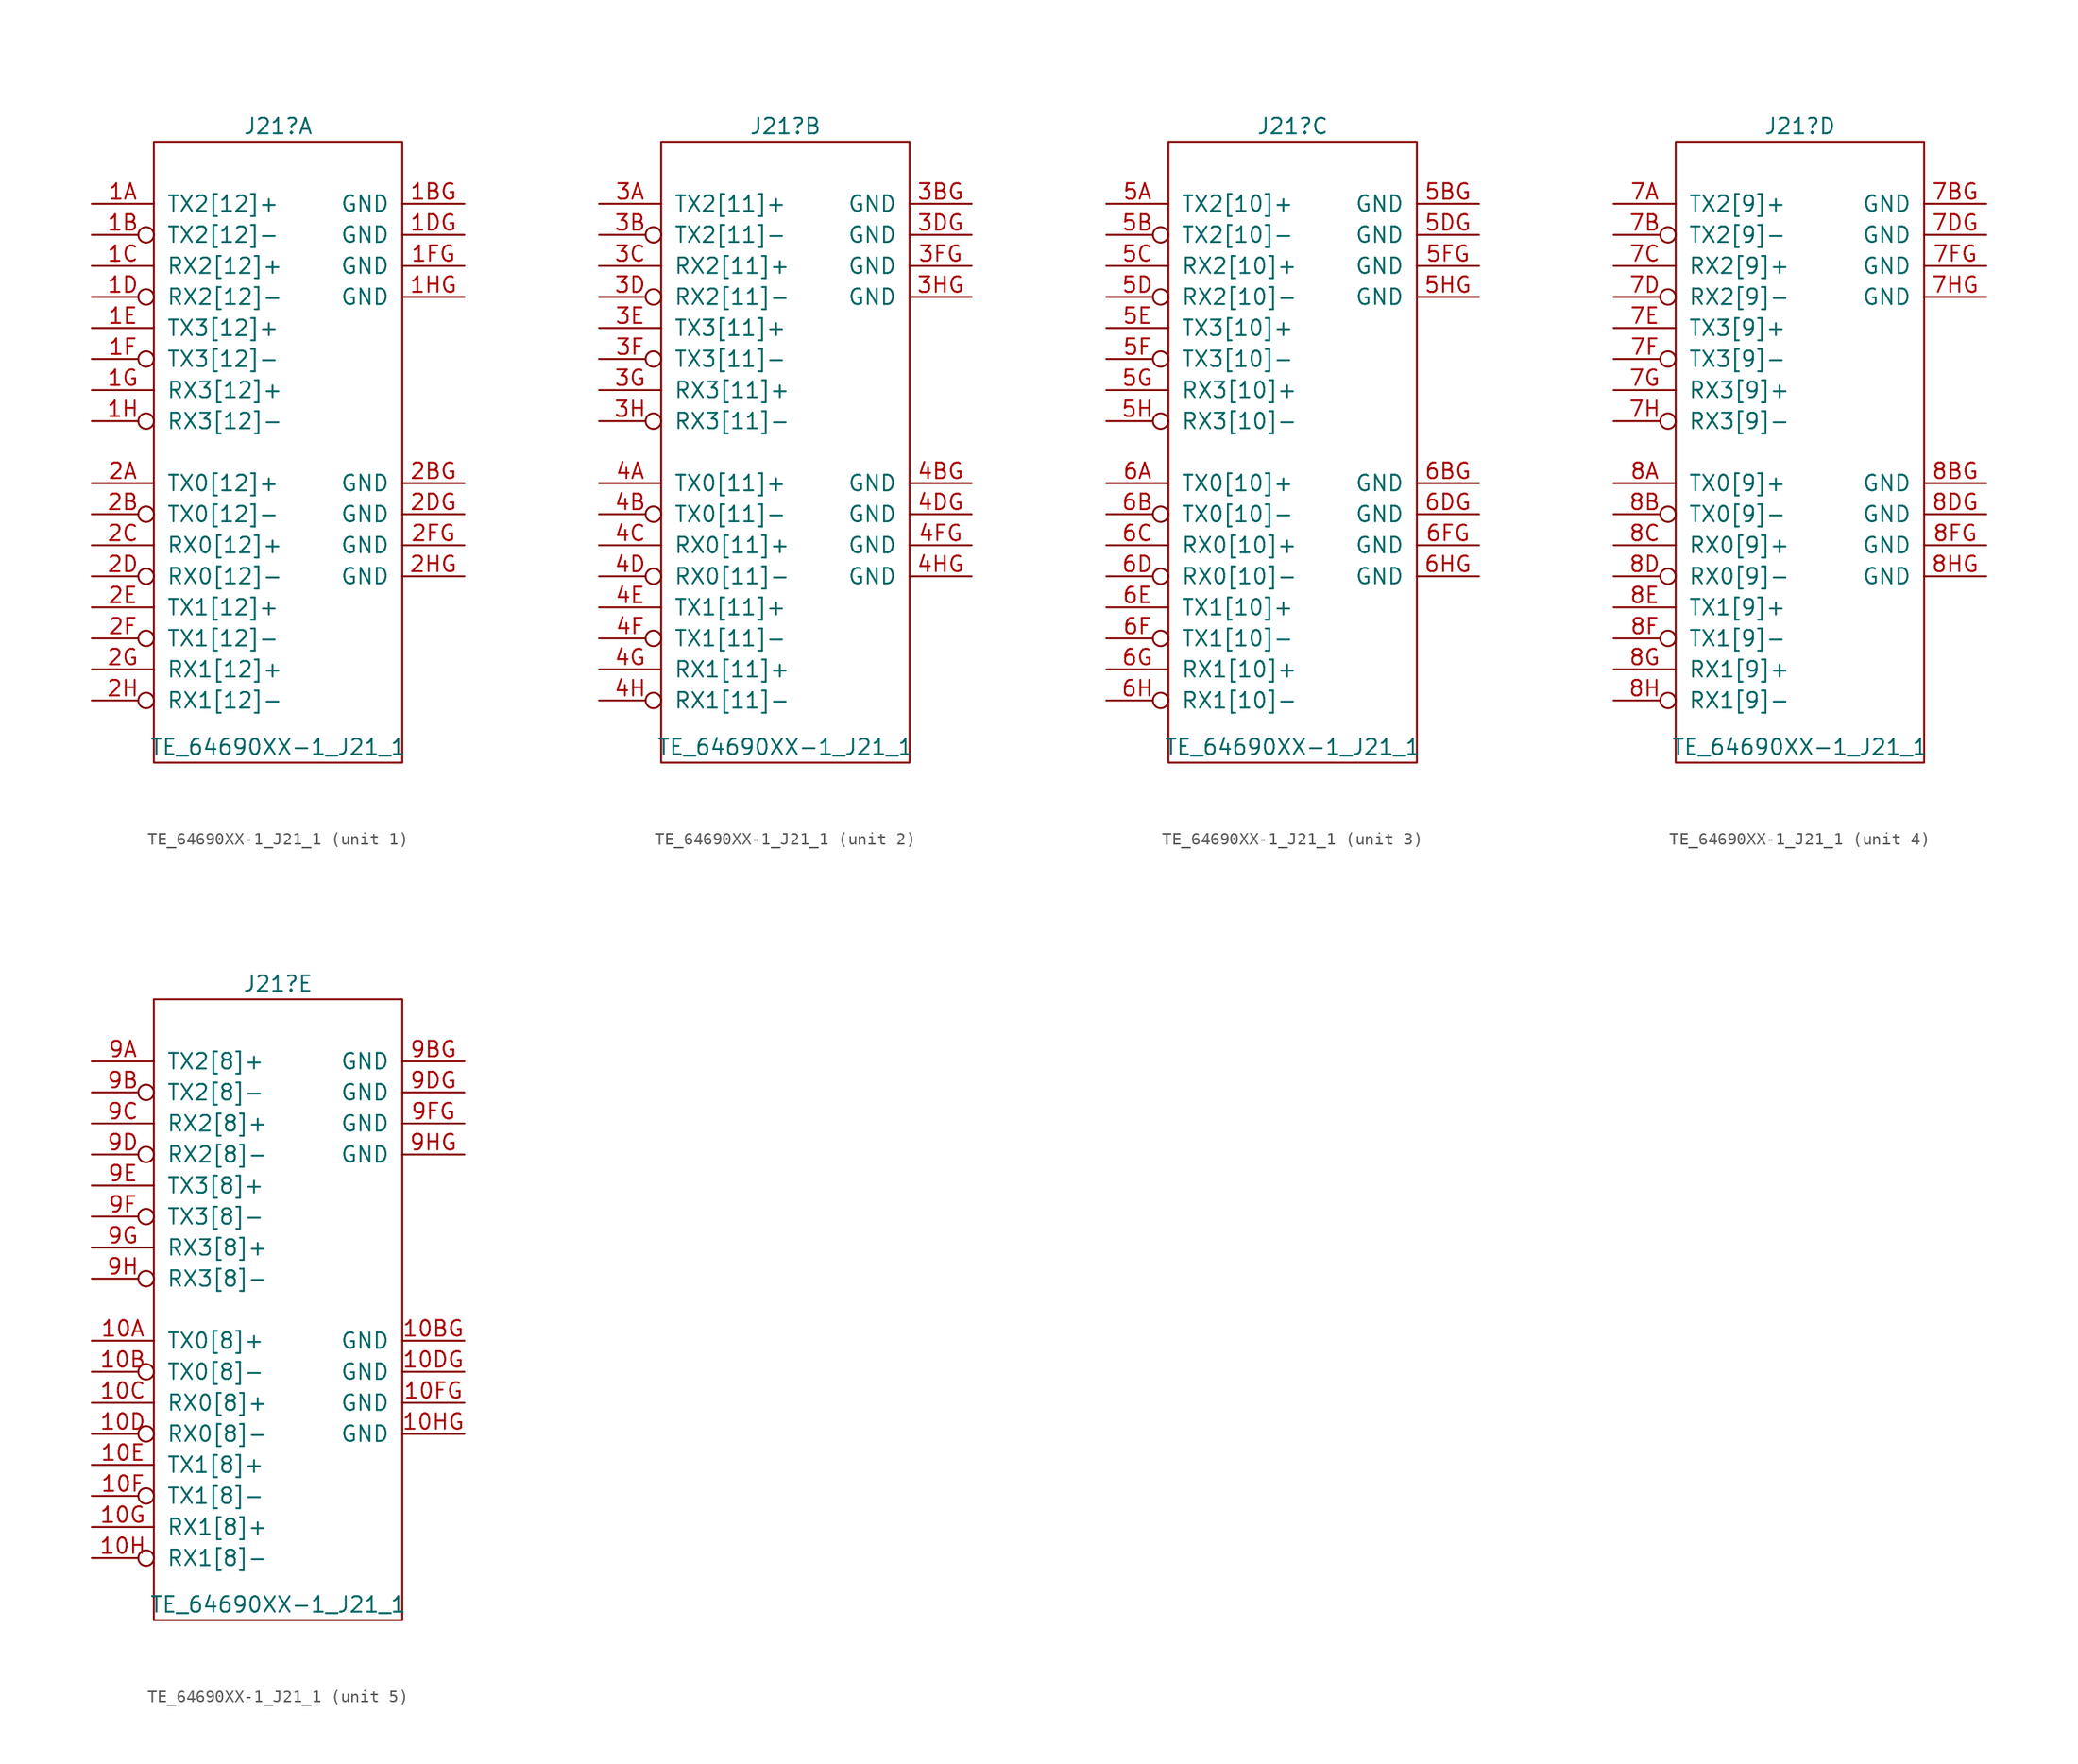
<source format=kicad_sym>
(kicad_symbol_lib
  (version 20220914)
  (generator kicad_symbol_editor)
  (symbol "TE_64690XX-1_J21_1"
    (pin_names
      (offset 1.016))
    (property "Reference" "J21"
      (at 0 26.67 0)
      (effects (font (size 1.27 1.27))))
    (property "Value" "TE_64690XX-1_J21_1"
      (at 0 -24.13 0)
      (effects (font (size 1.27 1.27))))
    (property "ki_locked" ""
      (at 0 0 0)
      (effects (font (size 1.27 1.27))))
    (symbol "TE_64690XX-1_J21_1_1_1"
      (rectangle (start -10.16 25.4) (end 10.16 -25.4) (stroke (width 0) (type default)) (fill (type none)))
      (pin bidirectional line (at -15.24 20.32 0) (length 5.08) (name "TX2[12]+" (effects (font (size 1.27 1.27)))) (number "1A" (effects (font (size 1.27 1.27)))))
      (pin bidirectional inverted (at -15.24 17.78 0) (length 5.08) (name "TX2[12]-" (effects (font (size 1.27 1.27)))) (number "1B" (effects (font (size 1.27 1.27)))))
      (pin passive line (at 15.24 20.32 180) (length 5.08) (name "GND" (effects (font (size 1.27 1.27)))) (number "1BG" (effects (font (size 1.27 1.27)))))
      (pin bidirectional line (at -15.24 15.24 0) (length 5.08) (name "RX2[12]+" (effects (font (size 1.27 1.27)))) (number "1C" (effects (font (size 1.27 1.27)))))
      (pin bidirectional inverted (at -15.24 12.7 0) (length 5.08) (name "RX2[12]-" (effects (font (size 1.27 1.27)))) (number "1D" (effects (font (size 1.27 1.27)))))
      (pin passive line (at 15.24 17.78 180) (length 5.08) (name "GND" (effects (font (size 1.27 1.27)))) (number "1DG" (effects (font (size 1.27 1.27)))))
      (pin bidirectional line (at -15.24 10.16 0) (length 5.08) (name "TX3[12]+" (effects (font (size 1.27 1.27)))) (number "1E" (effects (font (size 1.27 1.27)))))
      (pin bidirectional inverted (at -15.24 7.62 0) (length 5.08) (name "TX3[12]-" (effects (font (size 1.27 1.27)))) (number "1F" (effects (font (size 1.27 1.27)))))
      (pin passive line (at 15.24 15.24 180) (length 5.08) (name "GND" (effects (font (size 1.27 1.27)))) (number "1FG" (effects (font (size 1.27 1.27)))))
      (pin bidirectional line (at -15.24 5.08 0) (length 5.08) (name "RX3[12]+" (effects (font (size 1.27 1.27)))) (number "1G" (effects (font (size 1.27 1.27)))))
      (pin bidirectional inverted (at -15.24 2.54 0) (length 5.08) (name "RX3[12]-" (effects (font (size 1.27 1.27)))) (number "1H" (effects (font (size 1.27 1.27)))))
      (pin passive line (at 15.24 12.7 180) (length 5.08) (name "GND" (effects (font (size 1.27 1.27)))) (number "1HG" (effects (font (size 1.27 1.27)))))
      (pin bidirectional line (at -15.24 -2.54 0) (length 5.08) (name "TX0[12]+" (effects (font (size 1.27 1.27)))) (number "2A" (effects (font (size 1.27 1.27)))))
      (pin bidirectional inverted (at -15.24 -5.08 0) (length 5.08) (name "TX0[12]-" (effects (font (size 1.27 1.27)))) (number "2B" (effects (font (size 1.27 1.27)))))
      (pin passive line (at 15.24 -2.54 180) (length 5.08) (name "GND" (effects (font (size 1.27 1.27)))) (number "2BG" (effects (font (size 1.27 1.27)))))
      (pin bidirectional line (at -15.24 -7.62 0) (length 5.08) (name "RX0[12]+" (effects (font (size 1.27 1.27)))) (number "2C" (effects (font (size 1.27 1.27)))))
      (pin bidirectional inverted (at -15.24 -10.16 0) (length 5.08) (name "RX0[12]-" (effects (font (size 1.27 1.27)))) (number "2D" (effects (font (size 1.27 1.27)))))
      (pin passive line (at 15.24 -5.08 180) (length 5.08) (name "GND" (effects (font (size 1.27 1.27)))) (number "2DG" (effects (font (size 1.27 1.27)))))
      (pin bidirectional line (at -15.24 -12.7 0) (length 5.08) (name "TX1[12]+" (effects (font (size 1.27 1.27)))) (number "2E" (effects (font (size 1.27 1.27)))))
      (pin bidirectional inverted (at -15.24 -15.24 0) (length 5.08) (name "TX1[12]-" (effects (font (size 1.27 1.27)))) (number "2F" (effects (font (size 1.27 1.27)))))
      (pin passive line (at 15.24 -7.62 180) (length 5.08) (name "GND" (effects (font (size 1.27 1.27)))) (number "2FG" (effects (font (size 1.27 1.27)))))
      (pin bidirectional line (at -15.24 -17.78 0) (length 5.08) (name "RX1[12]+" (effects (font (size 1.27 1.27)))) (number "2G" (effects (font (size 1.27 1.27)))))
      (pin bidirectional inverted (at -15.24 -20.32 0) (length 5.08) (name "RX1[12]-" (effects (font (size 1.27 1.27)))) (number "2H" (effects (font (size 1.27 1.27)))))
      (pin passive line (at 15.24 -10.16 180) (length 5.08) (name "GND" (effects (font (size 1.27 1.27)))) (number "2HG" (effects (font (size 1.27 1.27))))))
    (symbol "TE_64690XX-1_J21_1_2_1"
      (rectangle (start -10.16 25.4) (end 10.16 -25.4) (stroke (width 0) (type default)) (fill (type none)))
      (pin bidirectional line (at -15.24 20.32 0) (length 5.08) (name "TX2[11]+" (effects (font (size 1.27 1.27)))) (number "3A" (effects (font (size 1.27 1.27)))))
      (pin bidirectional inverted (at -15.24 17.78 0) (length 5.08) (name "TX2[11]-" (effects (font (size 1.27 1.27)))) (number "3B" (effects (font (size 1.27 1.27)))))
      (pin passive line (at 15.24 20.32 180) (length 5.08) (name "GND" (effects (font (size 1.27 1.27)))) (number "3BG" (effects (font (size 1.27 1.27)))))
      (pin bidirectional line (at -15.24 15.24 0) (length 5.08) (name "RX2[11]+" (effects (font (size 1.27 1.27)))) (number "3C" (effects (font (size 1.27 1.27)))))
      (pin bidirectional inverted (at -15.24 12.7 0) (length 5.08) (name "RX2[11]-" (effects (font (size 1.27 1.27)))) (number "3D" (effects (font (size 1.27 1.27)))))
      (pin passive line (at 15.24 17.78 180) (length 5.08) (name "GND" (effects (font (size 1.27 1.27)))) (number "3DG" (effects (font (size 1.27 1.27)))))
      (pin bidirectional line (at -15.24 10.16 0) (length 5.08) (name "TX3[11]+" (effects (font (size 1.27 1.27)))) (number "3E" (effects (font (size 1.27 1.27)))))
      (pin bidirectional inverted (at -15.24 7.62 0) (length 5.08) (name "TX3[11]-" (effects (font (size 1.27 1.27)))) (number "3F" (effects (font (size 1.27 1.27)))))
      (pin passive line (at 15.24 15.24 180) (length 5.08) (name "GND" (effects (font (size 1.27 1.27)))) (number "3FG" (effects (font (size 1.27 1.27)))))
      (pin bidirectional line (at -15.24 5.08 0) (length 5.08) (name "RX3[11]+" (effects (font (size 1.27 1.27)))) (number "3G" (effects (font (size 1.27 1.27)))))
      (pin bidirectional inverted (at -15.24 2.54 0) (length 5.08) (name "RX3[11]-" (effects (font (size 1.27 1.27)))) (number "3H" (effects (font (size 1.27 1.27)))))
      (pin passive line (at 15.24 12.7 180) (length 5.08) (name "GND" (effects (font (size 1.27 1.27)))) (number "3HG" (effects (font (size 1.27 1.27)))))
      (pin bidirectional line (at -15.24 -2.54 0) (length 5.08) (name "TX0[11]+" (effects (font (size 1.27 1.27)))) (number "4A" (effects (font (size 1.27 1.27)))))
      (pin bidirectional inverted (at -15.24 -5.08 0) (length 5.08) (name "TX0[11]-" (effects (font (size 1.27 1.27)))) (number "4B" (effects (font (size 1.27 1.27)))))
      (pin passive line (at 15.24 -2.54 180) (length 5.08) (name "GND" (effects (font (size 1.27 1.27)))) (number "4BG" (effects (font (size 1.27 1.27)))))
      (pin bidirectional line (at -15.24 -7.62 0) (length 5.08) (name "RX0[11]+" (effects (font (size 1.27 1.27)))) (number "4C" (effects (font (size 1.27 1.27)))))
      (pin bidirectional inverted (at -15.24 -10.16 0) (length 5.08) (name "RX0[11]-" (effects (font (size 1.27 1.27)))) (number "4D" (effects (font (size 1.27 1.27)))))
      (pin passive line (at 15.24 -5.08 180) (length 5.08) (name "GND" (effects (font (size 1.27 1.27)))) (number "4DG" (effects (font (size 1.27 1.27)))))
      (pin bidirectional line (at -15.24 -12.7 0) (length 5.08) (name "TX1[11]+" (effects (font (size 1.27 1.27)))) (number "4E" (effects (font (size 1.27 1.27)))))
      (pin bidirectional inverted (at -15.24 -15.24 0) (length 5.08) (name "TX1[11]-" (effects (font (size 1.27 1.27)))) (number "4F" (effects (font (size 1.27 1.27)))))
      (pin passive line (at 15.24 -7.62 180) (length 5.08) (name "GND" (effects (font (size 1.27 1.27)))) (number "4FG" (effects (font (size 1.27 1.27)))))
      (pin bidirectional line (at -15.24 -17.78 0) (length 5.08) (name "RX1[11]+" (effects (font (size 1.27 1.27)))) (number "4G" (effects (font (size 1.27 1.27)))))
      (pin bidirectional inverted (at -15.24 -20.32 0) (length 5.08) (name "RX1[11]-" (effects (font (size 1.27 1.27)))) (number "4H" (effects (font (size 1.27 1.27)))))
      (pin passive line (at 15.24 -10.16 180) (length 5.08) (name "GND" (effects (font (size 1.27 1.27)))) (number "4HG" (effects (font (size 1.27 1.27))))))
    (symbol "TE_64690XX-1_J21_1_3_1"
      (rectangle (start -10.16 25.4) (end 10.16 -25.4) (stroke (width 0) (type default)) (fill (type none)))
      (pin bidirectional line (at -15.24 20.32 0) (length 5.08) (name "TX2[10]+" (effects (font (size 1.27 1.27)))) (number "5A" (effects (font (size 1.27 1.27)))))
      (pin bidirectional inverted (at -15.24 17.78 0) (length 5.08) (name "TX2[10]-" (effects (font (size 1.27 1.27)))) (number "5B" (effects (font (size 1.27 1.27)))))
      (pin passive line (at 15.24 20.32 180) (length 5.08) (name "GND" (effects (font (size 1.27 1.27)))) (number "5BG" (effects (font (size 1.27 1.27)))))
      (pin bidirectional line (at -15.24 15.24 0) (length 5.08) (name "RX2[10]+" (effects (font (size 1.27 1.27)))) (number "5C" (effects (font (size 1.27 1.27)))))
      (pin bidirectional inverted (at -15.24 12.7 0) (length 5.08) (name "RX2[10]-" (effects (font (size 1.27 1.27)))) (number "5D" (effects (font (size 1.27 1.27)))))
      (pin passive line (at 15.24 17.78 180) (length 5.08) (name "GND" (effects (font (size 1.27 1.27)))) (number "5DG" (effects (font (size 1.27 1.27)))))
      (pin bidirectional line (at -15.24 10.16 0) (length 5.08) (name "TX3[10]+" (effects (font (size 1.27 1.27)))) (number "5E" (effects (font (size 1.27 1.27)))))
      (pin bidirectional inverted (at -15.24 7.62 0) (length 5.08) (name "TX3[10]-" (effects (font (size 1.27 1.27)))) (number "5F" (effects (font (size 1.27 1.27)))))
      (pin passive line (at 15.24 15.24 180) (length 5.08) (name "GND" (effects (font (size 1.27 1.27)))) (number "5FG" (effects (font (size 1.27 1.27)))))
      (pin bidirectional line (at -15.24 5.08 0) (length 5.08) (name "RX3[10]+" (effects (font (size 1.27 1.27)))) (number "5G" (effects (font (size 1.27 1.27)))))
      (pin bidirectional inverted (at -15.24 2.54 0) (length 5.08) (name "RX3[10]-" (effects (font (size 1.27 1.27)))) (number "5H" (effects (font (size 1.27 1.27)))))
      (pin passive line (at 15.24 12.7 180) (length 5.08) (name "GND" (effects (font (size 1.27 1.27)))) (number "5HG" (effects (font (size 1.27 1.27)))))
      (pin bidirectional line (at -15.24 -2.54 0) (length 5.08) (name "TX0[10]+" (effects (font (size 1.27 1.27)))) (number "6A" (effects (font (size 1.27 1.27)))))
      (pin bidirectional inverted (at -15.24 -5.08 0) (length 5.08) (name "TX0[10]-" (effects (font (size 1.27 1.27)))) (number "6B" (effects (font (size 1.27 1.27)))))
      (pin passive line (at 15.24 -2.54 180) (length 5.08) (name "GND" (effects (font (size 1.27 1.27)))) (number "6BG" (effects (font (size 1.27 1.27)))))
      (pin bidirectional line (at -15.24 -7.62 0) (length 5.08) (name "RX0[10]+" (effects (font (size 1.27 1.27)))) (number "6C" (effects (font (size 1.27 1.27)))))
      (pin bidirectional inverted (at -15.24 -10.16 0) (length 5.08) (name "RX0[10]-" (effects (font (size 1.27 1.27)))) (number "6D" (effects (font (size 1.27 1.27)))))
      (pin passive line (at 15.24 -5.08 180) (length 5.08) (name "GND" (effects (font (size 1.27 1.27)))) (number "6DG" (effects (font (size 1.27 1.27)))))
      (pin bidirectional line (at -15.24 -12.7 0) (length 5.08) (name "TX1[10]+" (effects (font (size 1.27 1.27)))) (number "6E" (effects (font (size 1.27 1.27)))))
      (pin bidirectional inverted (at -15.24 -15.24 0) (length 5.08) (name "TX1[10]-" (effects (font (size 1.27 1.27)))) (number "6F" (effects (font (size 1.27 1.27)))))
      (pin passive line (at 15.24 -7.62 180) (length 5.08) (name "GND" (effects (font (size 1.27 1.27)))) (number "6FG" (effects (font (size 1.27 1.27)))))
      (pin bidirectional line (at -15.24 -17.78 0) (length 5.08) (name "RX1[10]+" (effects (font (size 1.27 1.27)))) (number "6G" (effects (font (size 1.27 1.27)))))
      (pin bidirectional inverted (at -15.24 -20.32 0) (length 5.08) (name "RX1[10]-" (effects (font (size 1.27 1.27)))) (number "6H" (effects (font (size 1.27 1.27)))))
      (pin passive line (at 15.24 -10.16 180) (length 5.08) (name "GND" (effects (font (size 1.27 1.27)))) (number "6HG" (effects (font (size 1.27 1.27))))))
    (symbol "TE_64690XX-1_J21_1_4_1"
      (rectangle (start -10.16 25.4) (end 10.16 -25.4) (stroke (width 0) (type default)) (fill (type none)))
      (pin bidirectional line (at -15.24 20.32 0) (length 5.08) (name "TX2[9]+" (effects (font (size 1.27 1.27)))) (number "7A" (effects (font (size 1.27 1.27)))))
      (pin bidirectional inverted (at -15.24 17.78 0) (length 5.08) (name "TX2[9]-" (effects (font (size 1.27 1.27)))) (number "7B" (effects (font (size 1.27 1.27)))))
      (pin passive line (at 15.24 20.32 180) (length 5.08) (name "GND" (effects (font (size 1.27 1.27)))) (number "7BG" (effects (font (size 1.27 1.27)))))
      (pin bidirectional line (at -15.24 15.24 0) (length 5.08) (name "RX2[9]+" (effects (font (size 1.27 1.27)))) (number "7C" (effects (font (size 1.27 1.27)))))
      (pin bidirectional inverted (at -15.24 12.7 0) (length 5.08) (name "RX2[9]-" (effects (font (size 1.27 1.27)))) (number "7D" (effects (font (size 1.27 1.27)))))
      (pin passive line (at 15.24 17.78 180) (length 5.08) (name "GND" (effects (font (size 1.27 1.27)))) (number "7DG" (effects (font (size 1.27 1.27)))))
      (pin bidirectional line (at -15.24 10.16 0) (length 5.08) (name "TX3[9]+" (effects (font (size 1.27 1.27)))) (number "7E" (effects (font (size 1.27 1.27)))))
      (pin bidirectional inverted (at -15.24 7.62 0) (length 5.08) (name "TX3[9]-" (effects (font (size 1.27 1.27)))) (number "7F" (effects (font (size 1.27 1.27)))))
      (pin passive line (at 15.24 15.24 180) (length 5.08) (name "GND" (effects (font (size 1.27 1.27)))) (number "7FG" (effects (font (size 1.27 1.27)))))
      (pin bidirectional line (at -15.24 5.08 0) (length 5.08) (name "RX3[9]+" (effects (font (size 1.27 1.27)))) (number "7G" (effects (font (size 1.27 1.27)))))
      (pin bidirectional inverted (at -15.24 2.54 0) (length 5.08) (name "RX3[9]-" (effects (font (size 1.27 1.27)))) (number "7H" (effects (font (size 1.27 1.27)))))
      (pin passive line (at 15.24 12.7 180) (length 5.08) (name "GND" (effects (font (size 1.27 1.27)))) (number "7HG" (effects (font (size 1.27 1.27)))))
      (pin bidirectional line (at -15.24 -2.54 0) (length 5.08) (name "TX0[9]+" (effects (font (size 1.27 1.27)))) (number "8A" (effects (font (size 1.27 1.27)))))
      (pin bidirectional inverted (at -15.24 -5.08 0) (length 5.08) (name "TX0[9]-" (effects (font (size 1.27 1.27)))) (number "8B" (effects (font (size 1.27 1.27)))))
      (pin passive line (at 15.24 -2.54 180) (length 5.08) (name "GND" (effects (font (size 1.27 1.27)))) (number "8BG" (effects (font (size 1.27 1.27)))))
      (pin bidirectional line (at -15.24 -7.62 0) (length 5.08) (name "RX0[9]+" (effects (font (size 1.27 1.27)))) (number "8C" (effects (font (size 1.27 1.27)))))
      (pin bidirectional inverted (at -15.24 -10.16 0) (length 5.08) (name "RX0[9]-" (effects (font (size 1.27 1.27)))) (number "8D" (effects (font (size 1.27 1.27)))))
      (pin passive line (at 15.24 -5.08 180) (length 5.08) (name "GND" (effects (font (size 1.27 1.27)))) (number "8DG" (effects (font (size 1.27 1.27)))))
      (pin bidirectional line (at -15.24 -12.7 0) (length 5.08) (name "TX1[9]+" (effects (font (size 1.27 1.27)))) (number "8E" (effects (font (size 1.27 1.27)))))
      (pin bidirectional inverted (at -15.24 -15.24 0) (length 5.08) (name "TX1[9]-" (effects (font (size 1.27 1.27)))) (number "8F" (effects (font (size 1.27 1.27)))))
      (pin passive line (at 15.24 -7.62 180) (length 5.08) (name "GND" (effects (font (size 1.27 1.27)))) (number "8FG" (effects (font (size 1.27 1.27)))))
      (pin bidirectional line (at -15.24 -17.78 0) (length 5.08) (name "RX1[9]+" (effects (font (size 1.27 1.27)))) (number "8G" (effects (font (size 1.27 1.27)))))
      (pin bidirectional inverted (at -15.24 -20.32 0) (length 5.08) (name "RX1[9]-" (effects (font (size 1.27 1.27)))) (number "8H" (effects (font (size 1.27 1.27)))))
      (pin passive line (at 15.24 -10.16 180) (length 5.08) (name "GND" (effects (font (size 1.27 1.27)))) (number "8HG" (effects (font (size 1.27 1.27))))))
    (symbol "TE_64690XX-1_J21_1_5_1"
      (rectangle (start -10.16 25.4) (end 10.16 -25.4) (stroke (width 0) (type default)) (fill (type none)))
      (pin bidirectional line (at -15.24 -2.54 0) (length 5.08) (name "TX0[8]+" (effects (font (size 1.27 1.27)))) (number "10A" (effects (font (size 1.27 1.27)))))
      (pin bidirectional inverted (at -15.24 -5.08 0) (length 5.08) (name "TX0[8]-" (effects (font (size 1.27 1.27)))) (number "10B" (effects (font (size 1.27 1.27)))))
      (pin passive line (at 15.24 -2.54 180) (length 5.08) (name "GND" (effects (font (size 1.27 1.27)))) (number "10BG" (effects (font (size 1.27 1.27)))))
      (pin bidirectional line (at -15.24 -7.62 0) (length 5.08) (name "RX0[8]+" (effects (font (size 1.27 1.27)))) (number "10C" (effects (font (size 1.27 1.27)))))
      (pin bidirectional inverted (at -15.24 -10.16 0) (length 5.08) (name "RX0[8]-" (effects (font (size 1.27 1.27)))) (number "10D" (effects (font (size 1.27 1.27)))))
      (pin passive line (at 15.24 -5.08 180) (length 5.08) (name "GND" (effects (font (size 1.27 1.27)))) (number "10DG" (effects (font (size 1.27 1.27)))))
      (pin bidirectional line (at -15.24 -12.7 0) (length 5.08) (name "TX1[8]+" (effects (font (size 1.27 1.27)))) (number "10E" (effects (font (size 1.27 1.27)))))
      (pin bidirectional inverted (at -15.24 -15.24 0) (length 5.08) (name "TX1[8]-" (effects (font (size 1.27 1.27)))) (number "10F" (effects (font (size 1.27 1.27)))))
      (pin passive line (at 15.24 -7.62 180) (length 5.08) (name "GND" (effects (font (size 1.27 1.27)))) (number "10FG" (effects (font (size 1.27 1.27)))))
      (pin bidirectional line (at -15.24 -17.78 0) (length 5.08) (name "RX1[8]+" (effects (font (size 1.27 1.27)))) (number "10G" (effects (font (size 1.27 1.27)))))
      (pin bidirectional inverted (at -15.24 -20.32 0) (length 5.08) (name "RX1[8]-" (effects (font (size 1.27 1.27)))) (number "10H" (effects (font (size 1.27 1.27)))))
      (pin passive line (at 15.24 -10.16 180) (length 5.08) (name "GND" (effects (font (size 1.27 1.27)))) (number "10HG" (effects (font (size 1.27 1.27)))))
      (pin bidirectional line (at -15.24 20.32 0) (length 5.08) (name "TX2[8]+" (effects (font (size 1.27 1.27)))) (number "9A" (effects (font (size 1.27 1.27)))))
      (pin bidirectional inverted (at -15.24 17.78 0) (length 5.08) (name "TX2[8]-" (effects (font (size 1.27 1.27)))) (number "9B" (effects (font (size 1.27 1.27)))))
      (pin passive line (at 15.24 20.32 180) (length 5.08) (name "GND" (effects (font (size 1.27 1.27)))) (number "9BG" (effects (font (size 1.27 1.27)))))
      (pin bidirectional line (at -15.24 15.24 0) (length 5.08) (name "RX2[8]+" (effects (font (size 1.27 1.27)))) (number "9C" (effects (font (size 1.27 1.27)))))
      (pin bidirectional inverted (at -15.24 12.7 0) (length 5.08) (name "RX2[8]-" (effects (font (size 1.27 1.27)))) (number "9D" (effects (font (size 1.27 1.27)))))
      (pin passive line (at 15.24 17.78 180) (length 5.08) (name "GND" (effects (font (size 1.27 1.27)))) (number "9DG" (effects (font (size 1.27 1.27)))))
      (pin bidirectional line (at -15.24 10.16 0) (length 5.08) (name "TX3[8]+" (effects (font (size 1.27 1.27)))) (number "9E" (effects (font (size 1.27 1.27)))))
      (pin bidirectional inverted (at -15.24 7.62 0) (length 5.08) (name "TX3[8]-" (effects (font (size 1.27 1.27)))) (number "9F" (effects (font (size 1.27 1.27)))))
      (pin passive line (at 15.24 15.24 180) (length 5.08) (name "GND" (effects (font (size 1.27 1.27)))) (number "9FG" (effects (font (size 1.27 1.27)))))
      (pin bidirectional line (at -15.24 5.08 0) (length 5.08) (name "RX3[8]+" (effects (font (size 1.27 1.27)))) (number "9G" (effects (font (size 1.27 1.27)))))
      (pin bidirectional inverted (at -15.24 2.54 0) (length 5.08) (name "RX3[8]-" (effects (font (size 1.27 1.27)))) (number "9H" (effects (font (size 1.27 1.27)))))
      (pin passive line (at 15.24 12.7 180) (length 5.08) (name "GND" (effects (font (size 1.27 1.27)))) (number "9HG" (effects (font (size 1.27 1.27))))))))
</source>
